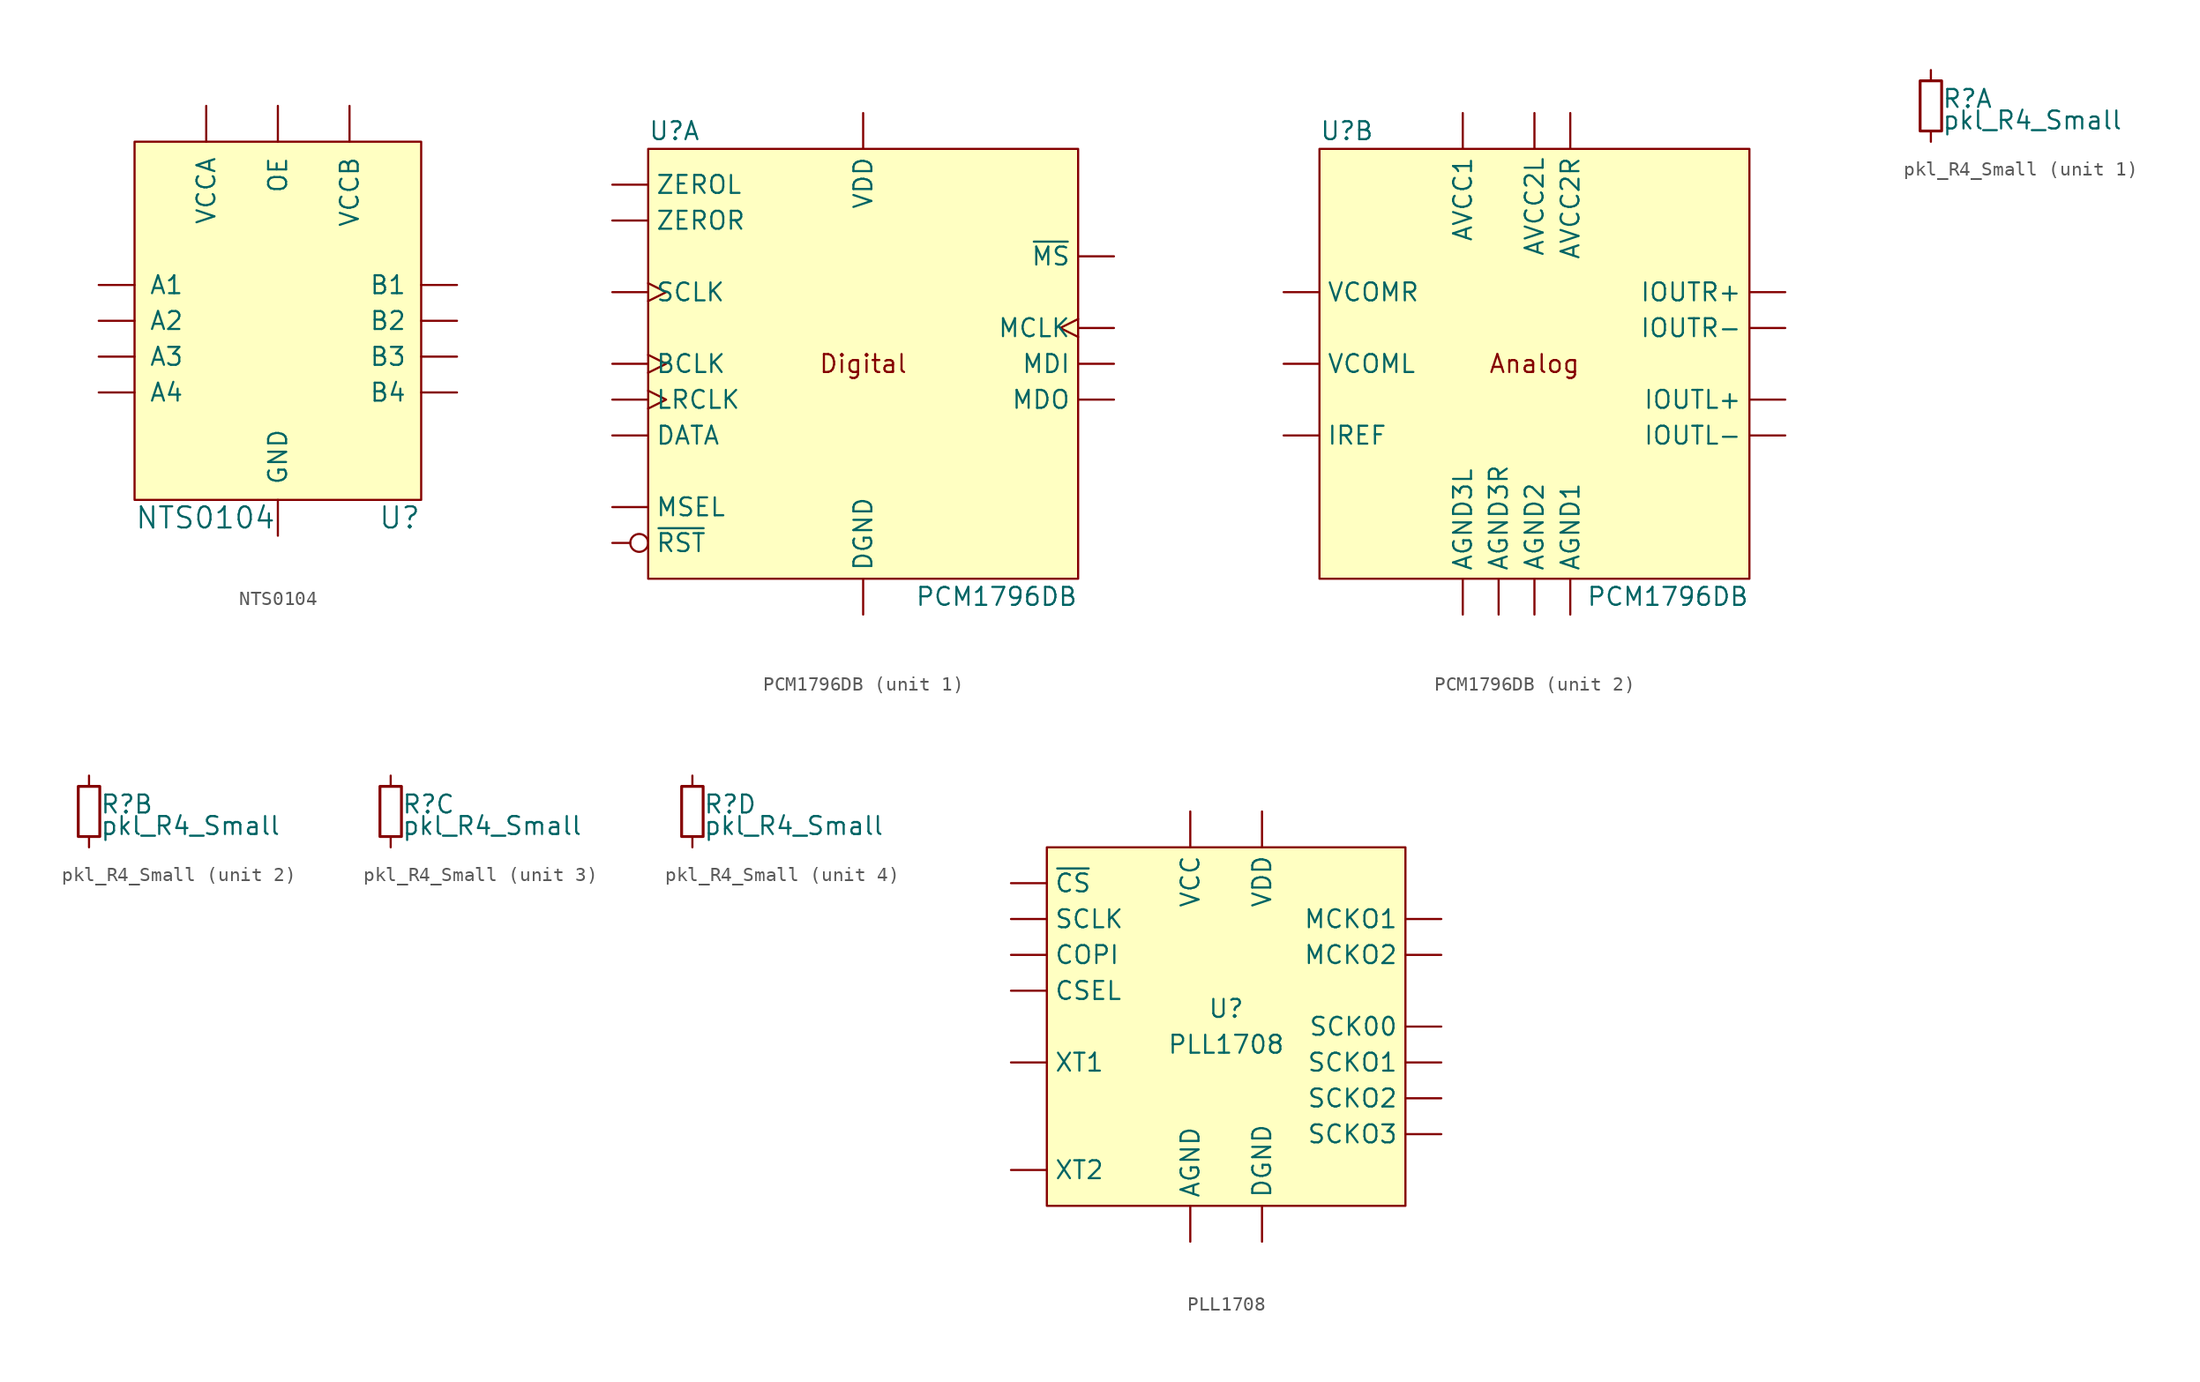
<source format=kicad_sym>
(kicad_symbol_lib
  (version 20211014)
  (generator kicad_symbol_editor)
  (symbol "NTS0104"
    (pin_names
      (offset 1.016))
    (property "Reference" "U"
      (at 10.16 -13.97 0)
      (effects (font (size 1.499 1.499)) (justify right)))
    (property "Value" "NTS0104"
      (at -10.16 -13.97 0)
      (effects (font (size 1.499 1.499)) (justify left)))
    (property "ki_locked" ""
      (at 0 0 0)
      (effects (font (size 1.27 1.27))))
    (symbol "NTS0104_1_0"
      (rectangle (start -10.16 12.7) (end 10.16 -12.7) (stroke (width 0.152) (type default) (color 0 0 0 0)) (fill (type background)))
      (pin power_in line (at -5.08 15.24 270) (length 2.54) (name "VCCA" (effects (font (size 1.27 1.27)))) (number "1" (effects (font (size 0 0)))))
      (pin bidirectional line (at 12.7 -5.08 180) (length 2.54) (name "B4" (effects (font (size 1.27 1.27)))) (number "10" (effects (font (size 0 0)))))
      (pin bidirectional line (at 12.7 -2.54 180) (length 2.54) (name "B3" (effects (font (size 1.27 1.27)))) (number "11" (effects (font (size 0 0)))))
      (pin bidirectional line (at 12.7 0 180) (length 2.54) (name "B2" (effects (font (size 1.27 1.27)))) (number "12" (effects (font (size 0 0)))))
      (pin bidirectional line (at 12.7 2.54 180) (length 2.54) (name "B1" (effects (font (size 1.27 1.27)))) (number "13" (effects (font (size 0 0)))))
      (pin power_in line (at 5.08 15.24 270) (length 2.54) (name "VCCB" (effects (font (size 1.27 1.27)))) (number "14" (effects (font (size 0 0)))))
      (pin bidirectional line (at -12.7 2.54 0) (length 2.54) (name "A1" (effects (font (size 1.27 1.27)))) (number "2" (effects (font (size 0 0)))))
      (pin bidirectional line (at -12.7 0 0) (length 2.54) (name "A2" (effects (font (size 1.27 1.27)))) (number "3" (effects (font (size 0 0)))))
      (pin bidirectional line (at -12.7 -2.54 0) (length 2.54) (name "A3" (effects (font (size 1.27 1.27)))) (number "4" (effects (font (size 0 0)))))
      (pin bidirectional line (at -12.7 -5.08 0) (length 2.54) (name "A4" (effects (font (size 1.27 1.27)))) (number "5" (effects (font (size 0 0)))))
      (pin power_in line (at 0 -15.24 90) (length 2.54) (name "GND" (effects (font (size 1.27 1.27)))) (number "7" (effects (font (size 0 0)))))
      (pin input line (at 0 15.24 270) (length 2.54) (name "OE" (effects (font (size 1.27 1.27)))) (number "8" (effects (font (size 0 0)))))
      (pin power_in line (at 0 -15.24 90) (length 2.54) hide (name "GND" (effects (font (size 1.27 1.27)))) (number "PGND" (effects (font (size 0 0)))))))
  (symbol "PCM1796DB"
    (pin_numbers hide)
    (property "Reference" "U"
      (at -15.24 16.51 0)
      (effects (font (size 1.27 1.27)) (justify left)))
    (property "Value" "PCM1796DB"
      (at 15.24 -16.51 0)
      (effects (font (size 1.27 1.27)) (justify right)))
    (property "ki_locked" ""
      (at 0 0 0)
      (effects (font (size 1.27 1.27))))
    (symbol "PCM1796DB_1_0"
      (rectangle (start -15.24 15.24) (end 15.24 -15.24) (stroke (width 0.152) (type default) (color 0 0 0 0)) (fill (type background)))
      (text "Digital" (at 0 0 0) (effects (font (size 1.27 1.27)))))
    (symbol "PCM1796DB_1_1"
      (pin bidirectional line (at -17.78 12.7 0) (length 2.54) (name "ZEROL" (effects (font (size 1.27 1.27)))) (number "1" (effects (font (size 1.27 1.27)))))
      (pin bidirectional line (at 17.78 7.62 180) (length 2.54) (name "~{MS}" (effects (font (size 1.27 1.27)))) (number "10" (effects (font (size 1.27 1.27)))) (alternate "ADDR0" input line))
      (pin input line (at 17.78 0 180) (length 2.54) (name "MDI" (effects (font (size 1.27 1.27)))) (number "11" (effects (font (size 1.27 1.27)))) (alternate "ADDR1" input line))
      (pin input clock (at 17.78 2.54 180) (length 2.54) (name "MCLK" (effects (font (size 1.27 1.27)))) (number "12" (effects (font (size 1.27 1.27)))) (alternate "SCL" input clock))
      (pin output line (at 17.78 -2.54 180) (length 2.54) (name "MDO" (effects (font (size 1.27 1.27)))) (number "13" (effects (font (size 1.27 1.27)))) (alternate "SDA" bidirectional line))
      (pin input inverted (at -17.78 -12.7 0) (length 2.54) (name "~{RST}" (effects (font (size 1.27 1.27)))) (number "14" (effects (font (size 1.27 1.27)))))
      (pin bidirectional line (at -17.78 10.16 0) (length 2.54) (name "ZEROR" (effects (font (size 1.27 1.27)))) (number "2" (effects (font (size 1.27 1.27)))))
      (pin input line (at -17.78 -10.16 0) (length 2.54) (name "MSEL" (effects (font (size 1.27 1.27)))) (number "3" (effects (font (size 1.27 1.27)))))
      (pin input clock (at -17.78 -2.54 0) (length 2.54) (name "LRCLK" (effects (font (size 1.27 1.27)))) (number "4" (effects (font (size 1.27 1.27)))))
      (pin input line (at -17.78 -5.08 0) (length 2.54) (name "DATA" (effects (font (size 1.27 1.27)))) (number "5" (effects (font (size 1.27 1.27)))))
      (pin input clock (at -17.78 0 0) (length 2.54) (name "BCLK" (effects (font (size 1.27 1.27)))) (number "6" (effects (font (size 1.27 1.27)))))
      (pin input clock (at -17.78 5.08 0) (length 2.54) (name "SCLK" (effects (font (size 1.27 1.27)))) (number "7" (effects (font (size 1.27 1.27)))))
      (pin power_in line (at 0 -17.78 90) (length 2.54) (name "DGND" (effects (font (size 1.27 1.27)))) (number "8" (effects (font (size 1.27 1.27)))))
      (pin power_in line (at 0 17.78 270) (length 2.54) (name "VDD" (effects (font (size 1.27 1.27)))) (number "9" (effects (font (size 1.27 1.27))))))
    (symbol "PCM1796DB_2_0"
      (rectangle (start -15.24 15.24) (end 15.24 -15.24) (stroke (width 0.152) (type default) (color 0 0 0 0)) (fill (type background)))
      (text "Analog" (at 0 0 0) (effects (font (size 1.27 1.27)))))
    (symbol "PCM1796DB_2_1"
      (pin power_in line (at 2.54 17.78 270) (length 2.54) (name "AVCC2R" (effects (font (size 1.27 1.27)))) (number "15" (effects (font (size 1.27 1.27)))))
      (pin power_in line (at -2.54 -17.78 90) (length 2.54) (name "AGND3R" (effects (font (size 1.27 1.27)))) (number "16" (effects (font (size 1.27 1.27)))))
      (pin output line (at 17.78 5.08 180) (length 2.54) (name "IOUTR+" (effects (font (size 1.27 1.27)))) (number "17" (effects (font (size 1.27 1.27)))))
      (pin output line (at 17.78 2.54 180) (length 2.54) (name "IOUTR-" (effects (font (size 1.27 1.27)))) (number "18" (effects (font (size 1.27 1.27)))))
      (pin power_in line (at 2.54 -17.78 90) (length 2.54) (name "AGND1" (effects (font (size 1.27 1.27)))) (number "19" (effects (font (size 1.27 1.27)))))
      (pin input line (at -17.78 -5.08 0) (length 2.54) (name "IREF" (effects (font (size 1.27 1.27)))) (number "20" (effects (font (size 1.27 1.27)))))
      (pin input line (at -17.78 5.08 0) (length 2.54) (name "VCOMR" (effects (font (size 1.27 1.27)))) (number "21" (effects (font (size 1.27 1.27)))))
      (pin input line (at -17.78 0 0) (length 2.54) (name "VCOML" (effects (font (size 1.27 1.27)))) (number "22" (effects (font (size 1.27 1.27)))))
      (pin power_in line (at -5.08 17.78 270) (length 2.54) (name "AVCC1" (effects (font (size 1.27 1.27)))) (number "23" (effects (font (size 1.27 1.27)))))
      (pin power_in line (at 0 -17.78 90) (length 2.54) (name "AGND2" (effects (font (size 1.27 1.27)))) (number "24" (effects (font (size 1.27 1.27)))))
      (pin output line (at 17.78 -2.54 180) (length 2.54) (name "IOUTL+" (effects (font (size 1.27 1.27)))) (number "25" (effects (font (size 1.27 1.27)))))
      (pin output line (at 17.78 -5.08 180) (length 2.54) (name "IOUTL-" (effects (font (size 1.27 1.27)))) (number "26" (effects (font (size 1.27 1.27)))))
      (pin power_in line (at -5.08 -17.78 90) (length 2.54) (name "AGND3L" (effects (font (size 1.27 1.27)))) (number "27" (effects (font (size 1.27 1.27)))))
      (pin power_in line (at 0 17.78 270) (length 2.54) (name "AVCC2L" (effects (font (size 1.27 1.27)))) (number "28" (effects (font (size 1.27 1.27)))))))
  (symbol "pkl_R4_Small"
    (pin_numbers hide)
    (pin_names
      (offset 0.254) hide)
    (property "Reference" "R"
      (at 0.762 0.508 0)
      (effects (font (size 1.27 1.27)) (justify left)))
    (property "Value" "pkl_R4_Small"
      (at 0.762 -1.016 0)
      (effects (font (size 1.27 1.27)) (justify left)))
    (property "Footprint" ""
      (at 0 0 0)
      (effects (font (size 1.524 1.524))))
    (property "Datasheet" ""
      (at 0 0 0)
      (effects (font (size 1.524 1.524))))
    (symbol "pkl_R4_Small_0_1"
      (rectangle (start -0.762 1.778) (end 0.762 -1.778) (stroke (width 0.203) (type default) (color 0 0 0 0)) (fill (type none))))
    (symbol "pkl_R4_Small_1_1"
      (pin passive line (at 0 2.54 270) (length 0.762) (name "~" (effects (font (size 1.016 1.016)))) (number "1" (effects (font (size 1.016 1.016)))))
      (pin passive line (at 0 -2.54 90) (length 0.762) (name "~" (effects (font (size 1.016 1.016)))) (number "2" (effects (font (size 1.016 1.016))))))
    (symbol "pkl_R4_Small_2_1"
      (pin passive line (at 0 2.54 270) (length 0.762) (name "~" (effects (font (size 1.016 1.016)))) (number "3" (effects (font (size 1.016 1.016)))))
      (pin passive line (at 0 -2.54 90) (length 0.762) (name "~" (effects (font (size 1.016 1.016)))) (number "4" (effects (font (size 1.016 1.016))))))
    (symbol "pkl_R4_Small_3_1"
      (pin passive line (at 0 2.54 270) (length 0.762) (name "~" (effects (font (size 1.016 1.016)))) (number "5" (effects (font (size 1.016 1.016)))))
      (pin passive line (at 0 -2.54 90) (length 0.762) (name "~" (effects (font (size 1.016 1.016)))) (number "6" (effects (font (size 1.016 1.016))))))
    (symbol "pkl_R4_Small_4_1"
      (pin passive line (at 0 2.54 270) (length 0.762) (name "~" (effects (font (size 1.016 1.016)))) (number "7" (effects (font (size 1.016 1.016)))))
      (pin passive line (at 0 -2.54 90) (length 0.762) (name "~" (effects (font (size 1.016 1.016)))) (number "8" (effects (font (size 1.016 1.016)))))))
  (symbol "PLL1708"
    (pin_numbers hide)
    (property "Reference" "U"
      (at 0 1.27 0)
      (effects (font (size 1.27 1.27))))
    (property "Value" "PLL1708"
      (at 0 -1.27 0)
      (effects (font (size 1.27 1.27))))
    (symbol "PLL1708_0_1"
      (rectangle (start -12.7 12.7) (end 12.7 -12.7) (stroke (width 0.152) (type default) (color 0 0 0 0)) (fill (type background))))
    (symbol "PLL1708_1_1"
      (pin power_in line (at 2.54 15.24 270) (length 2.54) (name "VDD" (effects (font (size 1.27 1.27)))) (number "1" (effects (font (size 1.27 1.27)))))
      (pin input line (at -15.24 -2.54 0) (length 2.54) (name "XT1" (effects (font (size 1.27 1.27)))) (number "10" (effects (font (size 1.27 1.27)))))
      (pin output line (at -15.24 -10.16 0) (length 2.54) (name "XT2" (effects (font (size 1.27 1.27)))) (number "11" (effects (font (size 1.27 1.27)))))
      (pin input line (at -15.24 2.54 0) (length 2.54) (name "CSEL" (effects (font (size 1.27 1.27)))) (number "12" (effects (font (size 1.27 1.27)))))
      (pin power_in line (at 2.54 15.24 270) (length 2.54) hide (name "VDD" (effects (font (size 1.27 1.27)))) (number "13" (effects (font (size 1.27 1.27)))))
      (pin output line (at 15.24 7.62 180) (length 2.54) (name "MCKO1" (effects (font (size 1.27 1.27)))) (number "14" (effects (font (size 1.27 1.27)))))
      (pin output line (at 15.24 5.08 180) (length 2.54) (name "MCKO2" (effects (font (size 1.27 1.27)))) (number "15" (effects (font (size 1.27 1.27)))))
      (pin power_in line (at 2.54 -15.24 90) (length 2.54) hide (name "DGND" (effects (font (size 1.27 1.27)))) (number "16" (effects (font (size 1.27 1.27)))))
      (pin power_in line (at 2.54 -15.24 90) (length 2.54) hide (name "DGND" (effects (font (size 1.27 1.27)))) (number "17" (effects (font (size 1.27 1.27)))))
      (pin output line (at 15.24 0 180) (length 2.54) (name "SCK00" (effects (font (size 1.27 1.27)))) (number "18" (effects (font (size 1.27 1.27)))))
      (pin output line (at 15.24 -2.54 180) (length 2.54) (name "SCKO1" (effects (font (size 1.27 1.27)))) (number "19" (effects (font (size 1.27 1.27)))))
      (pin output line (at 15.24 -5.08 180) (length 2.54) (name "SCKO2" (effects (font (size 1.27 1.27)))) (number "2" (effects (font (size 1.27 1.27)))))
      (pin power_in line (at 2.54 15.24 270) (length 2.54) hide (name "VDD" (effects (font (size 1.27 1.27)))) (number "20" (effects (font (size 1.27 1.27)))))
      (pin output line (at 15.24 -7.62 180) (length 2.54) (name "SCKO3" (effects (font (size 1.27 1.27)))) (number "3" (effects (font (size 1.27 1.27)))))
      (pin power_in line (at 2.54 -15.24 90) (length 2.54) (name "DGND" (effects (font (size 1.27 1.27)))) (number "4" (effects (font (size 1.27 1.27)))))
      (pin input line (at -15.24 5.08 0) (length 2.54) (name "COPI" (effects (font (size 1.27 1.27)))) (number "5" (effects (font (size 1.27 1.27)))))
      (pin input line (at -15.24 7.62 0) (length 2.54) (name "SCLK" (effects (font (size 1.27 1.27)))) (number "6" (effects (font (size 1.27 1.27)))))
      (pin input line (at -15.24 10.16 0) (length 2.54) (name "~{CS}" (effects (font (size 1.27 1.27)))) (number "7" (effects (font (size 1.27 1.27)))))
      (pin power_in line (at -2.54 15.24 270) (length 2.54) (name "VCC" (effects (font (size 1.27 1.27)))) (number "8" (effects (font (size 1.27 1.27)))))
      (pin power_in line (at -2.54 -15.24 90) (length 2.54) (name "AGND" (effects (font (size 1.27 1.27)))) (number "9" (effects (font (size 1.27 1.27))))))))
</source>
